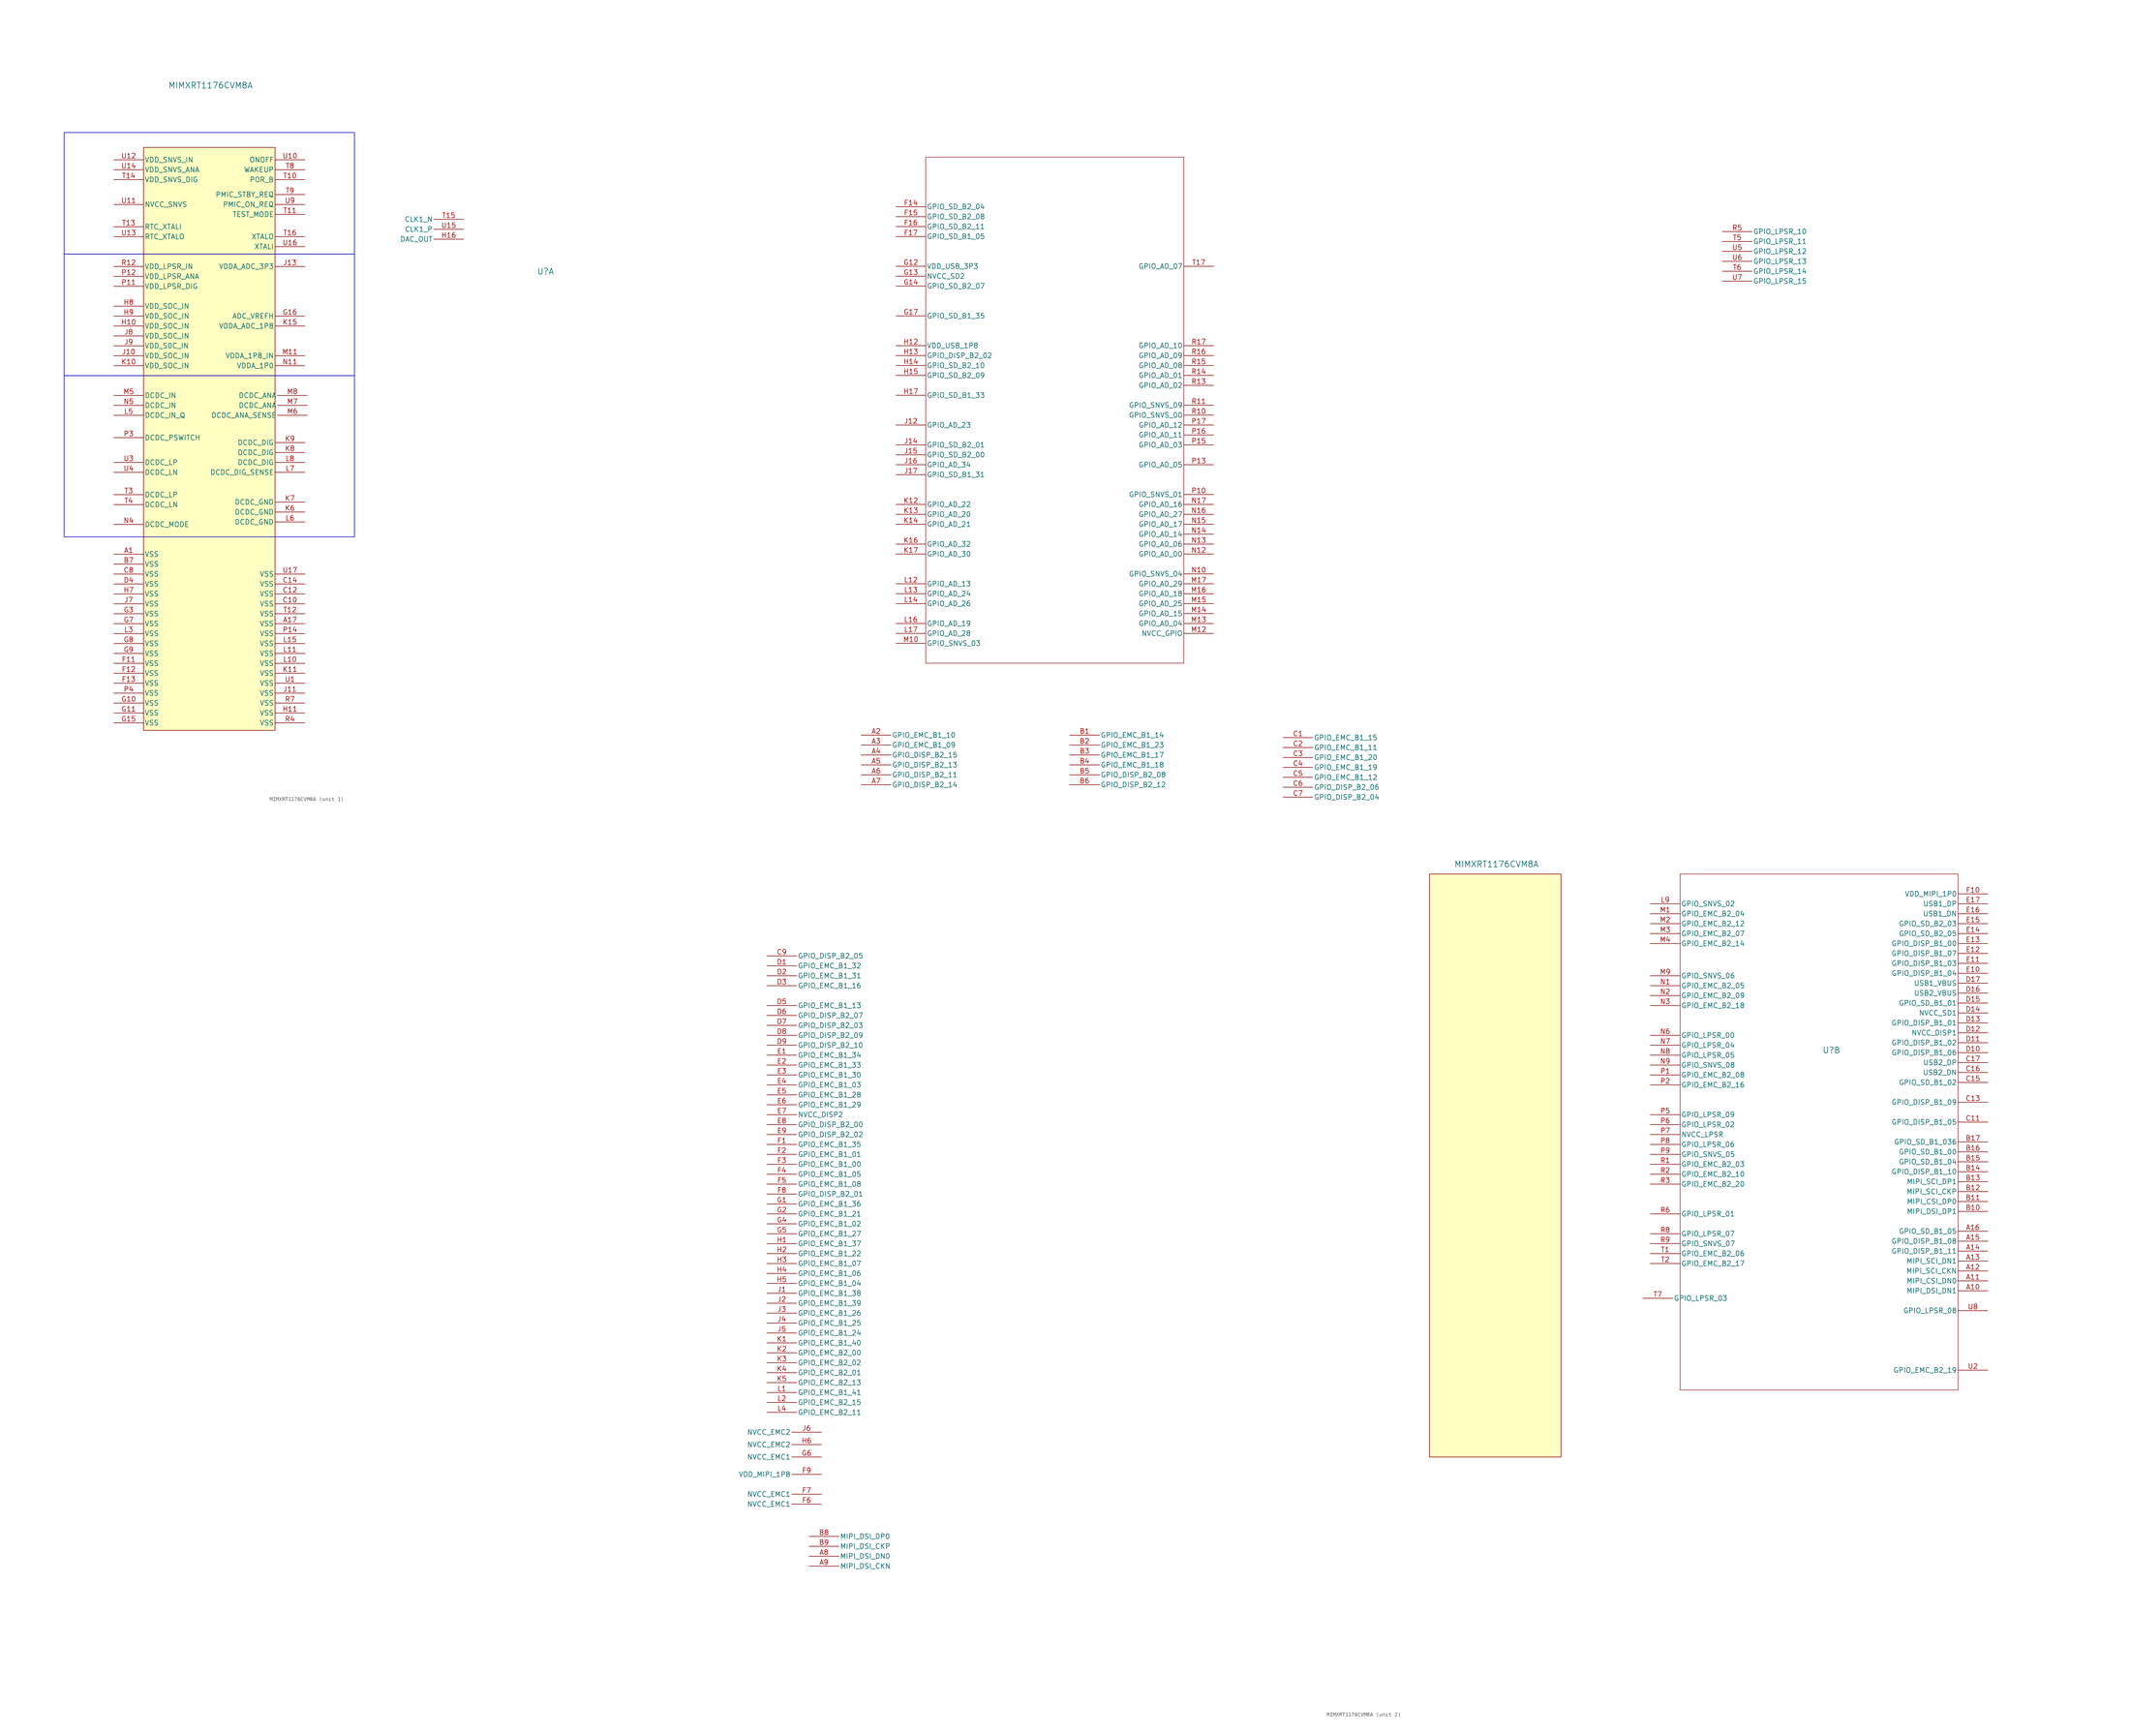
<source format=kicad_sym>
(kicad_symbol_lib
  (version 20231120)
  (generator "kicad_symbol_editor")
  (generator_version "8.0")
  (symbol "MIMXRT1176CVM8A"
    (pin_names
      (offset 0.254))
    (property "Reference" "U"
      (at 85.725 30.48 0)
      (effects (font (size 1.524 1.524))))
    (property "Value" "MIMXRT1176CVM8A"
      (at 0 78.105 0)
      (effects (font (size 1.524 1.524))))
    (property "ki_locked" ""
      (at 0 0 0)
      (effects (font (size 1.27 1.27))))
    (symbol "MIMXRT1176CVM8A_1_1"
      (unit_name "Power and Crystals")
      (rectangle (start -37.465 3.81) (end 36.83 -37.465) (stroke (width 0) (type default) (color 0 0 194 1)) (fill (type none)))
      (rectangle (start -37.465 34.925) (end 36.83 3.81) (stroke (width 0) (type default) (color 0 0 194 1)) (fill (type none)))
      (rectangle (start -37.465 66.04) (end 36.83 34.925) (stroke (width 0) (type default) (color 0 0 194 1)) (fill (type none)))
      (rectangle (start -17.145 62.23) (end 16.51 -86.995) (stroke (width 0) (type default)) (fill (type background)))
      (pin power_out line (at -24.765 -41.91 0) (length 7.62) (name "VSS" (effects (font (size 1.27 1.27)))) (number "A1" (effects (font (size 1.27 1.27)))))
      (pin power_out line (at 24.13 -59.69 180) (length 7.62) (name "VSS" (effects (font (size 1.27 1.27)))) (number "A17" (effects (font (size 1.27 1.27)))))
      (pin power_out line (at -24.765 -44.45 0) (length 7.62) (name "VSS" (effects (font (size 1.27 1.27)))) (number "B7" (effects (font (size 1.27 1.27)))))
      (pin power_out line (at 24.13 -54.61 180) (length 7.62) (name "VSS" (effects (font (size 1.27 1.27)))) (number "C10" (effects (font (size 1.27 1.27)))))
      (pin power_out line (at 24.13 -52.07 180) (length 7.62) (name "VSS" (effects (font (size 1.27 1.27)))) (number "C12" (effects (font (size 1.27 1.27)))))
      (pin power_out line (at 24.13 -49.53 180) (length 7.62) (name "VSS" (effects (font (size 1.27 1.27)))) (number "C14" (effects (font (size 1.27 1.27)))))
      (pin power_out line (at -24.765 -46.99 0) (length 7.62) (name "VSS" (effects (font (size 1.27 1.27)))) (number "C8" (effects (font (size 1.27 1.27)))))
      (pin power_out line (at -24.765 -49.53 0) (length 7.62) (name "VSS" (effects (font (size 1.27 1.27)))) (number "D4" (effects (font (size 1.27 1.27)))))
      (pin power_out line (at -24.765 -69.85 0) (length 7.62) (name "VSS" (effects (font (size 1.27 1.27)))) (number "F11" (effects (font (size 1.27 1.27)))))
      (pin power_out line (at -24.765 -72.39 0) (length 7.62) (name "VSS" (effects (font (size 1.27 1.27)))) (number "F12" (effects (font (size 1.27 1.27)))))
      (pin power_out line (at -24.765 -74.93 0) (length 7.62) (name "VSS" (effects (font (size 1.27 1.27)))) (number "F13" (effects (font (size 1.27 1.27)))))
      (pin power_out line (at -24.765 -80.01 0) (length 7.62) (name "VSS" (effects (font (size 1.27 1.27)))) (number "G10" (effects (font (size 1.27 1.27)))))
      (pin power_out line (at -24.765 -82.55 0) (length 7.62) (name "VSS" (effects (font (size 1.27 1.27)))) (number "G11" (effects (font (size 1.27 1.27)))))
      (pin power_out line (at -24.765 -85.09 0) (length 7.62) (name "VSS" (effects (font (size 1.27 1.27)))) (number "G15" (effects (font (size 1.27 1.27)))))
      (pin power_in line (at 24.13 19.05 180) (length 7.62) (name "ADC_VREFH" (effects (font (size 1.27 1.27)))) (number "G16" (effects (font (size 1.27 1.27)))))
      (pin power_out line (at -24.765 -57.15 0) (length 7.62) (name "VSS" (effects (font (size 1.27 1.27)))) (number "G3" (effects (font (size 1.27 1.27)))))
      (pin power_out line (at -24.765 -59.69 0) (length 7.62) (name "VSS" (effects (font (size 1.27 1.27)))) (number "G7" (effects (font (size 1.27 1.27)))))
      (pin power_out line (at -24.765 -64.77 0) (length 7.62) (name "VSS" (effects (font (size 1.27 1.27)))) (number "G8" (effects (font (size 1.27 1.27)))))
      (pin power_out line (at -24.765 -67.31 0) (length 7.62) (name "VSS" (effects (font (size 1.27 1.27)))) (number "G9" (effects (font (size 1.27 1.27)))))
      (pin power_in line (at -24.765 16.51 0) (length 7.62) (name "VDD_SOC_IN" (effects (font (size 1.27 1.27)))) (number "H10" (effects (font (size 1.27 1.27)))))
      (pin power_out line (at 24.13 -82.55 180) (length 7.62) (name "VSS" (effects (font (size 1.27 1.27)))) (number "H11" (effects (font (size 1.27 1.27)))))
      (pin output line (at 64.77 38.735 180) (length 7.62) (name "DAC_OUT" (effects (font (size 1.27 1.27)))) (number "H16" (effects (font (size 1.27 1.27)))))
      (pin power_out line (at -24.765 -52.07 0) (length 7.62) (name "VSS" (effects (font (size 1.27 1.27)))) (number "H7" (effects (font (size 1.27 1.27)))))
      (pin power_in line (at -24.765 21.59 0) (length 7.62) (name "VDD_SOC_IN" (effects (font (size 1.27 1.27)))) (number "H8" (effects (font (size 1.27 1.27)))))
      (pin power_in line (at -24.765 19.05 0) (length 7.62) (name "VDD_SOC_IN" (effects (font (size 1.27 1.27)))) (number "H9" (effects (font (size 1.27 1.27)))))
      (pin power_in line (at -24.765 8.89 0) (length 7.62) (name "VDD_SOC_IN" (effects (font (size 1.27 1.27)))) (number "J10" (effects (font (size 1.27 1.27)))))
      (pin power_out line (at 24.13 -77.47 180) (length 7.62) (name "VSS" (effects (font (size 1.27 1.27)))) (number "J11" (effects (font (size 1.27 1.27)))))
      (pin power_in line (at 24.13 31.75 180) (length 7.62) (name "VDDA_ADC_3P3" (effects (font (size 1.27 1.27)))) (number "J13" (effects (font (size 1.27 1.27)))))
      (pin power_out line (at -24.765 -54.61 0) (length 7.62) (name "VSS" (effects (font (size 1.27 1.27)))) (number "J7" (effects (font (size 1.27 1.27)))))
      (pin power_in line (at -24.765 13.97 0) (length 7.62) (name "VDD_SOC_IN" (effects (font (size 1.27 1.27)))) (number "J8" (effects (font (size 1.27 1.27)))))
      (pin power_in line (at -24.765 11.43 0) (length 7.62) (name "VDD_S0C_IN" (effects (font (size 1.27 1.27)))) (number "J9" (effects (font (size 1.27 1.27)))))
      (pin power_in line (at -24.765 6.35 0) (length 7.62) (name "VDD_SOC_IN" (effects (font (size 1.27 1.27)))) (number "K10" (effects (font (size 1.27 1.27)))))
      (pin power_out line (at 24.13 -72.39 180) (length 7.62) (name "VSS" (effects (font (size 1.27 1.27)))) (number "K11" (effects (font (size 1.27 1.27)))))
      (pin power_in line (at 24.13 16.51 180) (length 7.62) (name "VDDA_ADC_1P8" (effects (font (size 1.27 1.27)))) (number "K15" (effects (font (size 1.27 1.27)))))
      (pin power_out line (at 24.13 -31.115 180) (length 7.62) (name "DCDC_GND" (effects (font (size 1.27 1.27)))) (number "K6" (effects (font (size 1.27 1.27)))))
      (pin power_out line (at 24.13 -28.575 180) (length 7.62) (name "DCDC_GND" (effects (font (size 1.27 1.27)))) (number "K7" (effects (font (size 1.27 1.27)))))
      (pin unspecified line (at 24.13 -15.875 180) (length 7.62) (name "DCDC_DIG" (effects (font (size 1.27 1.27)))) (number "K8" (effects (font (size 1.27 1.27)))))
      (pin unspecified line (at 24.13 -13.335 180) (length 7.62) (name "DCDC_DIG" (effects (font (size 1.27 1.27)))) (number "K9" (effects (font (size 1.27 1.27)))))
      (pin power_out line (at 24.13 -69.85 180) (length 7.62) (name "VSS" (effects (font (size 1.27 1.27)))) (number "L10" (effects (font (size 1.27 1.27)))))
      (pin power_out line (at 24.13 -67.31 180) (length 7.62) (name "VSS" (effects (font (size 1.27 1.27)))) (number "L11" (effects (font (size 1.27 1.27)))))
      (pin power_out line (at 24.13 -64.77 180) (length 7.62) (name "VSS" (effects (font (size 1.27 1.27)))) (number "L15" (effects (font (size 1.27 1.27)))))
      (pin power_out line (at -24.765 -62.23 0) (length 7.62) (name "VSS" (effects (font (size 1.27 1.27)))) (number "L3" (effects (font (size 1.27 1.27)))))
      (pin unspecified line (at -24.765 -6.35 0) (length 7.62) (name "DCDC_IN_Q" (effects (font (size 1.27 1.27)))) (number "L5" (effects (font (size 1.27 1.27)))))
      (pin power_out line (at 24.13 -33.655 180) (length 7.62) (name "DCDC_GND" (effects (font (size 1.27 1.27)))) (number "L6" (effects (font (size 1.27 1.27)))))
      (pin unspecified line (at 24.13 -20.955 180) (length 7.62) (name "DCDC_DIG_SENSE" (effects (font (size 1.27 1.27)))) (number "L7" (effects (font (size 1.27 1.27)))))
      (pin unspecified line (at 24.13 -18.415 180) (length 7.62) (name "DCDC_DIG" (effects (font (size 1.27 1.27)))) (number "L8" (effects (font (size 1.27 1.27)))))
      (pin power_in line (at 24.13 8.89 180) (length 7.62) (name "VDDA_1P8_IN" (effects (font (size 1.27 1.27)))) (number "M11" (effects (font (size 1.27 1.27)))))
      (pin unspecified line (at -24.765 -1.27 0) (length 7.62) (name "DCDC_IN" (effects (font (size 1.27 1.27)))) (number "M5" (effects (font (size 1.27 1.27)))))
      (pin unspecified line (at 24.765 -6.35 180) (length 7.62) (name "DCDC_ANA_SENSE" (effects (font (size 1.27 1.27)))) (number "M6" (effects (font (size 1.27 1.27)))))
      (pin unspecified line (at 24.765 -3.81 180) (length 7.62) (name "DCDC_ANA" (effects (font (size 1.27 1.27)))) (number "M7" (effects (font (size 1.27 1.27)))))
      (pin unspecified line (at 24.765 -1.27 180) (length 7.62) (name "DCDC_ANA" (effects (font (size 1.27 1.27)))) (number "M8" (effects (font (size 1.27 1.27)))))
      (pin power_in line (at 24.13 6.35 180) (length 7.62) (name "VDDA_1P0" (effects (font (size 1.27 1.27)))) (number "N11" (effects (font (size 1.27 1.27)))))
      (pin unspecified line (at -24.765 -34.29 0) (length 7.62) (name "DCDC_MODE" (effects (font (size 1.27 1.27)))) (number "N4" (effects (font (size 1.27 1.27)))))
      (pin unspecified line (at -24.765 -3.81 0) (length 7.62) (name "DCDC_IN" (effects (font (size 1.27 1.27)))) (number "N5" (effects (font (size 1.27 1.27)))))
      (pin power_in line (at -24.765 26.67 0) (length 7.62) (name "VDD_LPSR_DIG" (effects (font (size 1.27 1.27)))) (number "P11" (effects (font (size 1.27 1.27)))))
      (pin power_in line (at -24.765 29.21 0) (length 7.62) (name "VDD_LPSR_ANA" (effects (font (size 1.27 1.27)))) (number "P12" (effects (font (size 1.27 1.27)))))
      (pin power_out line (at 24.13 -62.23 180) (length 7.62) (name "VSS" (effects (font (size 1.27 1.27)))) (number "P14" (effects (font (size 1.27 1.27)))))
      (pin unspecified line (at -24.765 -12.065 0) (length 7.62) (name "DCDC_PSWITCH" (effects (font (size 1.27 1.27)))) (number "P3" (effects (font (size 1.27 1.27)))))
      (pin power_out line (at -24.765 -77.47 0) (length 7.62) (name "VSS" (effects (font (size 1.27 1.27)))) (number "P4" (effects (font (size 1.27 1.27)))))
      (pin power_in line (at -24.765 31.75 0) (length 7.62) (name "VDD_LPSR_IN" (effects (font (size 1.27 1.27)))) (number "R12" (effects (font (size 1.27 1.27)))))
      (pin power_out line (at 24.13 -85.09 180) (length 7.62) (name "VSS" (effects (font (size 1.27 1.27)))) (number "R4" (effects (font (size 1.27 1.27)))))
      (pin power_out line (at 24.13 -80.01 180) (length 7.62) (name "VSS" (effects (font (size 1.27 1.27)))) (number "R7" (effects (font (size 1.27 1.27)))))
      (pin unspecified line (at 24.13 53.975 180) (length 7.62) (name "POR_B" (effects (font (size 1.27 1.27)))) (number "T10" (effects (font (size 1.27 1.27)))))
      (pin input line (at 24.13 45.085 180) (length 7.62) (name "TEST_MODE" (effects (font (size 1.27 1.27)))) (number "T11" (effects (font (size 1.27 1.27)))))
      (pin power_out line (at 24.13 -57.15 180) (length 7.62) (name "VSS" (effects (font (size 1.27 1.27)))) (number "T12" (effects (font (size 1.27 1.27)))))
      (pin unspecified line (at -24.765 41.91 0) (length 7.62) (name "RTC_XTALI" (effects (font (size 1.27 1.27)))) (number "T13" (effects (font (size 1.27 1.27)))))
      (pin power_in line (at -24.765 53.975 0) (length 7.62) (name "VDD_SNVS_DIG" (effects (font (size 1.27 1.27)))) (number "T14" (effects (font (size 1.27 1.27)))))
      (pin input line (at 64.77 43.815 180) (length 7.62) (name "CLK1_N" (effects (font (size 1.27 1.27)))) (number "T15" (effects (font (size 1.27 1.27)))))
      (pin unspecified line (at 24.13 39.37 180) (length 7.62) (name "XTALO" (effects (font (size 1.27 1.27)))) (number "T16" (effects (font (size 1.27 1.27)))))
      (pin unspecified line (at -24.765 -26.67 0) (length 7.62) (name "DCDC_LP" (effects (font (size 1.27 1.27)))) (number "T3" (effects (font (size 1.27 1.27)))))
      (pin unspecified line (at -24.765 -29.21 0) (length 7.62) (name "DCDC_LN" (effects (font (size 1.27 1.27)))) (number "T4" (effects (font (size 1.27 1.27)))))
      (pin input line (at 24.13 56.515 180) (length 7.62) (name "WAKEUP" (effects (font (size 1.27 1.27)))) (number "T8" (effects (font (size 1.27 1.27)))))
      (pin output line (at 24.13 50.165 180) (length 7.62) (name "PMIC_STBY_REQ" (effects (font (size 1.27 1.27)))) (number "T9" (effects (font (size 1.27 1.27)))))
      (pin power_out line (at 24.13 -74.93 180) (length 7.62) (name "VSS" (effects (font (size 1.27 1.27)))) (number "U1" (effects (font (size 1.27 1.27)))))
      (pin input line (at 24.13 59.055 180) (length 7.62) (name "ONOFF" (effects (font (size 1.27 1.27)))) (number "U10" (effects (font (size 1.27 1.27)))))
      (pin power_in line (at -24.765 47.625 0) (length 7.62) (name "NVCC_SNVS" (effects (font (size 1.27 1.27)))) (number "U11" (effects (font (size 1.27 1.27)))))
      (pin power_in line (at -24.765 59.055 0) (length 7.62) (name "VDD_SNVS_IN" (effects (font (size 1.27 1.27)))) (number "U12" (effects (font (size 1.27 1.27)))))
      (pin unspecified line (at -24.765 39.37 0) (length 7.62) (name "RTC_XTALO" (effects (font (size 1.27 1.27)))) (number "U13" (effects (font (size 1.27 1.27)))))
      (pin power_in line (at -24.765 56.515 0) (length 7.62) (name "VDD_SNVS_ANA" (effects (font (size 1.27 1.27)))) (number "U14" (effects (font (size 1.27 1.27)))))
      (pin input line (at 64.77 41.275 180) (length 7.62) (name "CLK1_P" (effects (font (size 1.27 1.27)))) (number "U15" (effects (font (size 1.27 1.27)))))
      (pin unspecified line (at 24.13 36.83 180) (length 7.62) (name "XTALI" (effects (font (size 1.27 1.27)))) (number "U16" (effects (font (size 1.27 1.27)))))
      (pin power_out line (at 24.13 -46.99 180) (length 7.62) (name "VSS" (effects (font (size 1.27 1.27)))) (number "U17" (effects (font (size 1.27 1.27)))))
      (pin unspecified line (at -24.765 -18.415 0) (length 7.62) (name "DCDC_LP" (effects (font (size 1.27 1.27)))) (number "U3" (effects (font (size 1.27 1.27)))))
      (pin unspecified line (at -24.765 -20.955 0) (length 7.62) (name "DCDC_LN" (effects (font (size 1.27 1.27)))) (number "U4" (effects (font (size 1.27 1.27)))))
      (pin output line (at 24.13 47.625 180) (length 7.62) (name "PMIC_ON_REQ" (effects (font (size 1.27 1.27)))) (number "U9" (effects (font (size 1.27 1.27))))))
    (symbol "MIMXRT1176CVM8A_2_1"
      (unit_name "JTAG and Memories")
      (rectangle (start -17.145 75.565) (end 16.51 -73.66) (stroke (width 0) (type default)) (fill (type background)))
      (polyline (pts (xy -146.05 129.54) (xy -80.01 129.54)) (stroke (width 0.127) (type default)) (fill (type none)))
      (polyline (pts (xy -146.05 259.08) (xy -146.05 129.54)) (stroke (width 0.127) (type default)) (fill (type none)))
      (polyline (pts (xy -80.01 129.54) (xy -80.01 259.08)) (stroke (width 0.127) (type default)) (fill (type none)))
      (polyline (pts (xy -80.01 259.08) (xy -146.05 259.08)) (stroke (width 0.127) (type default)) (fill (type none)))
      (polyline (pts (xy 46.99 -56.515) (xy 118.11 -56.515)) (stroke (width 0.127) (type default)) (fill (type none)))
      (polyline (pts (xy 46.99 75.565) (xy 46.99 -56.515)) (stroke (width 0.127) (type default)) (fill (type none)))
      (polyline (pts (xy 118.11 -56.515) (xy 118.11 75.565)) (stroke (width 0.127) (type default)) (fill (type none)))
      (polyline (pts (xy 118.11 75.565) (xy 46.99 75.565)) (stroke (width 0.127) (type default)) (fill (type none)))
      (pin unspecified line (at 125.73 -31.115 180) (length 7.62) (name "MIPI_DSI_DN1" (effects (font (size 1.27 1.27)))) (number "A10" (effects (font (size 1.27 1.27)))))
      (pin unspecified line (at 125.73 -28.575 180) (length 7.62) (name "MIPI_CSI_DN0" (effects (font (size 1.27 1.27)))) (number "A11" (effects (font (size 1.27 1.27)))))
      (pin unspecified line (at 125.73 -26.035 180) (length 7.62) (name "MIPI_SCI_CKN" (effects (font (size 1.27 1.27)))) (number "A12" (effects (font (size 1.27 1.27)))))
      (pin unspecified line (at 125.73 -23.495 180) (length 7.62) (name "MIPI_SCI_DN1" (effects (font (size 1.27 1.27)))) (number "A13" (effects (font (size 1.27 1.27)))))
      (pin input line (at 125.73 -20.955 180) (length 7.62) (name "GPIO_DISP_B1_11" (effects (font (size 1.27 1.27)))) (number "A14" (effects (font (size 1.27 1.27)))))
      (pin input line (at 125.73 -18.415 180) (length 7.62) (name "GPIO_DISP_B1_08" (effects (font (size 1.27 1.27)))) (number "A15" (effects (font (size 1.27 1.27)))))
      (pin input line (at 125.73 -15.875 180) (length 7.62) (name "GPIO_SD_B1_05" (effects (font (size 1.27 1.27)))) (number "A16" (effects (font (size 1.27 1.27)))))
      (pin input line (at -162.56 111.125 0) (length 7.62) (name "GPIO_EMC_B1_10" (effects (font (size 1.27 1.27)))) (number "A2" (effects (font (size 1.27 1.27)))))
      (pin input line (at -162.56 108.585 0) (length 7.62) (name "GPIO_EMC_B1_09" (effects (font (size 1.27 1.27)))) (number "A3" (effects (font (size 1.27 1.27)))))
      (pin input line (at -162.56 106.045 0) (length 7.62) (name "GPIO_DISP_B2_15" (effects (font (size 1.27 1.27)))) (number "A4" (effects (font (size 1.27 1.27)))))
      (pin input line (at -162.56 103.505 0) (length 7.62) (name "GPIO_DISP_B2_13" (effects (font (size 1.27 1.27)))) (number "A5" (effects (font (size 1.27 1.27)))))
      (pin input line (at -162.56 100.965 0) (length 7.62) (name "GPIO_DISP_B2_11" (effects (font (size 1.27 1.27)))) (number "A6" (effects (font (size 1.27 1.27)))))
      (pin input line (at -162.56 98.425 0) (length 7.62) (name "GPIO_DISP_B2_14" (effects (font (size 1.27 1.27)))) (number "A7" (effects (font (size 1.27 1.27)))))
      (pin input line (at -175.895 -99.06 0) (length 7.62) (name "MIPI_DSI_DN0" (effects (font (size 1.27 1.27)))) (number "A8" (effects (font (size 1.27 1.27)))))
      (pin unspecified line (at -175.895 -101.6 0) (length 7.62) (name "MIPI_DSI_CKN" (effects (font (size 1.27 1.27)))) (number "A9" (effects (font (size 1.27 1.27)))))
      (pin input line (at -109.22 111.125 0) (length 7.62) (name "GPIO_EMC_B1_14" (effects (font (size 1.27 1.27)))) (number "B1" (effects (font (size 1.27 1.27)))))
      (pin unspecified line (at 125.73 -10.795 180) (length 7.62) (name "MIPI_DSI_DP1" (effects (font (size 1.27 1.27)))) (number "B10" (effects (font (size 1.27 1.27)))))
      (pin unspecified line (at 125.73 -8.255 180) (length 7.62) (name "MIPI_CSI_DP0" (effects (font (size 1.27 1.27)))) (number "B11" (effects (font (size 1.27 1.27)))))
      (pin unspecified line (at 125.73 -5.715 180) (length 7.62) (name "MIPI_SCI_CKP" (effects (font (size 1.27 1.27)))) (number "B12" (effects (font (size 1.27 1.27)))))
      (pin unspecified line (at 125.73 -3.175 180) (length 7.62) (name "MIPI_SCI_DP1" (effects (font (size 1.27 1.27)))) (number "B13" (effects (font (size 1.27 1.27)))))
      (pin input line (at 125.73 -0.635 180) (length 7.62) (name "GPIO_DISP_B1_10" (effects (font (size 1.27 1.27)))) (number "B14" (effects (font (size 1.27 1.27)))))
      (pin input line (at 125.73 1.905 180) (length 7.62) (name "GPIO_SD_B1_04" (effects (font (size 1.27 1.27)))) (number "B15" (effects (font (size 1.27 1.27)))))
      (pin input line (at 125.73 4.445 180) (length 7.62) (name "GPIO_SD_B1_00" (effects (font (size 1.27 1.27)))) (number "B16" (effects (font (size 1.27 1.27)))))
      (pin input line (at 125.73 6.985 180) (length 7.62) (name "GPIO_SD_B1_036" (effects (font (size 1.27 1.27)))) (number "B17" (effects (font (size 1.27 1.27)))))
      (pin input line (at -109.22 108.585 0) (length 7.62) (name "GPIO_EMC_B1_23" (effects (font (size 1.27 1.27)))) (number "B2" (effects (font (size 1.27 1.27)))))
      (pin input line (at -109.22 106.045 0) (length 7.62) (name "GPIO_EMC_B1_17" (effects (font (size 1.27 1.27)))) (number "B3" (effects (font (size 1.27 1.27)))))
      (pin input line (at -109.22 103.505 0) (length 7.62) (name "GPIO_EMC_B1_18" (effects (font (size 1.27 1.27)))) (number "B4" (effects (font (size 1.27 1.27)))))
      (pin input line (at -109.22 100.965 0) (length 7.62) (name "GPIO_DISP_B2_08" (effects (font (size 1.27 1.27)))) (number "B5" (effects (font (size 1.27 1.27)))))
      (pin input line (at -109.22 98.425 0) (length 7.62) (name "GPIO_DISP_B2_12" (effects (font (size 1.27 1.27)))) (number "B6" (effects (font (size 1.27 1.27)))))
      (pin input line (at -175.895 -93.98 0) (length 7.62) (name "MIPI_DSI_DP0" (effects (font (size 1.27 1.27)))) (number "B8" (effects (font (size 1.27 1.27)))))
      (pin unspecified line (at -175.895 -96.52 0) (length 7.62) (name "MIPI_DSI_CKP" (effects (font (size 1.27 1.27)))) (number "B9" (effects (font (size 1.27 1.27)))))
      (pin input line (at -54.61 110.49 0) (length 7.62) (name "GPIO_EMC_B1_15" (effects (font (size 1.27 1.27)))) (number "C1" (effects (font (size 1.27 1.27)))))
      (pin input line (at 125.73 12.065 180) (length 7.62) (name "GPIO_DISP_B1_05" (effects (font (size 1.27 1.27)))) (number "C11" (effects (font (size 1.27 1.27)))))
      (pin input line (at 125.73 17.145 180) (length 7.62) (name "GPIO_DISP_B1_09" (effects (font (size 1.27 1.27)))) (number "C13" (effects (font (size 1.27 1.27)))))
      (pin input line (at 125.73 22.225 180) (length 7.62) (name "GPIO_SD_B1_02" (effects (font (size 1.27 1.27)))) (number "C15" (effects (font (size 1.27 1.27)))))
      (pin input line (at 125.73 24.765 180) (length 7.62) (name "USB2_DN" (effects (font (size 1.27 1.27)))) (number "C16" (effects (font (size 1.27 1.27)))))
      (pin input line (at 125.73 27.305 180) (length 7.62) (name "USB2_DP" (effects (font (size 1.27 1.27)))) (number "C17" (effects (font (size 1.27 1.27)))))
      (pin input line (at -54.61 107.95 0) (length 7.62) (name "GPIO_EMC_B1_11" (effects (font (size 1.27 1.27)))) (number "C2" (effects (font (size 1.27 1.27)))))
      (pin input line (at -54.61 105.41 0) (length 7.62) (name "GPIO_EMC_B1_20" (effects (font (size 1.27 1.27)))) (number "C3" (effects (font (size 1.27 1.27)))))
      (pin input line (at -54.61 102.87 0) (length 7.62) (name "GPIO_EMC_B1_19" (effects (font (size 1.27 1.27)))) (number "C4" (effects (font (size 1.27 1.27)))))
      (pin input line (at -54.61 100.33 0) (length 7.62) (name "GPIO_EMC_B1_12" (effects (font (size 1.27 1.27)))) (number "C5" (effects (font (size 1.27 1.27)))))
      (pin input line (at -54.61 97.79 0) (length 7.62) (name "GPIO_DISP_B2_06" (effects (font (size 1.27 1.27)))) (number "C6" (effects (font (size 1.27 1.27)))))
      (pin input line (at -54.61 95.25 0) (length 7.62) (name "GPIO_DISP_B2_04" (effects (font (size 1.27 1.27)))) (number "C7" (effects (font (size 1.27 1.27)))))
      (pin input line (at -186.69 54.61 0) (length 7.62) (name "GPIO_DISP_B2_05" (effects (font (size 1.27 1.27)))) (number "C9" (effects (font (size 1.27 1.27)))))
      (pin input line (at -186.69 52.07 0) (length 7.62) (name "GPIO_EMC_B1_32" (effects (font (size 1.27 1.27)))) (number "D1" (effects (font (size 1.27 1.27)))))
      (pin input line (at 125.73 29.845 180) (length 7.62) (name "GPIO_DISP_B1_06" (effects (font (size 1.27 1.27)))) (number "D10" (effects (font (size 1.27 1.27)))))
      (pin input line (at 125.73 32.385 180) (length 7.62) (name "GPIO_DISP_B1_02" (effects (font (size 1.27 1.27)))) (number "D11" (effects (font (size 1.27 1.27)))))
      (pin input line (at 125.73 34.925 180) (length 7.62) (name "NVCC_DISP1" (effects (font (size 1.27 1.27)))) (number "D12" (effects (font (size 1.27 1.27)))))
      (pin input line (at 125.73 37.465 180) (length 7.62) (name "GPIO_DISP_B1_01" (effects (font (size 1.27 1.27)))) (number "D13" (effects (font (size 1.27 1.27)))))
      (pin input line (at 125.73 40.005 180) (length 7.62) (name "NVCC_SD1" (effects (font (size 1.27 1.27)))) (number "D14" (effects (font (size 1.27 1.27)))))
      (pin input line (at 125.73 42.545 180) (length 7.62) (name "GPIO_SD_B1_01" (effects (font (size 1.27 1.27)))) (number "D15" (effects (font (size 1.27 1.27)))))
      (pin input line (at 125.73 45.085 180) (length 7.62) (name "USB2_VBUS" (effects (font (size 1.27 1.27)))) (number "D16" (effects (font (size 1.27 1.27)))))
      (pin input line (at 125.73 47.625 180) (length 7.62) (name "USB1_VBUS" (effects (font (size 1.27 1.27)))) (number "D17" (effects (font (size 1.27 1.27)))))
      (pin input line (at -186.69 49.53 0) (length 7.62) (name "GPIO_EMC_B1_31" (effects (font (size 1.27 1.27)))) (number "D2" (effects (font (size 1.27 1.27)))))
      (pin input line (at -186.69 46.99 0) (length 7.62) (name "GPIO_EMC_B1_16" (effects (font (size 1.27 1.27)))) (number "D3" (effects (font (size 1.27 1.27)))))
      (pin input line (at -186.69 41.91 0) (length 7.62) (name "GPIO_EMC_B1_13" (effects (font (size 1.27 1.27)))) (number "D5" (effects (font (size 1.27 1.27)))))
      (pin input line (at -186.69 39.37 0) (length 7.62) (name "GPIO_DISP_B2_07" (effects (font (size 1.27 1.27)))) (number "D6" (effects (font (size 1.27 1.27)))))
      (pin input line (at -186.69 36.83 0) (length 7.62) (name "GPIO_DISP_B2_03" (effects (font (size 1.27 1.27)))) (number "D7" (effects (font (size 1.27 1.27)))))
      (pin input line (at -186.69 34.29 0) (length 7.62) (name "GPIO_DISP_B2_09" (effects (font (size 1.27 1.27)))) (number "D8" (effects (font (size 1.27 1.27)))))
      (pin input line (at -186.69 31.75 0) (length 7.62) (name "GPIO_DISP_B2_10" (effects (font (size 1.27 1.27)))) (number "D9" (effects (font (size 1.27 1.27)))))
      (pin input line (at -186.69 29.21 0) (length 7.62) (name "GPIO_EMC_B1_34" (effects (font (size 1.27 1.27)))) (number "E1" (effects (font (size 1.27 1.27)))))
      (pin input line (at 125.73 50.165 180) (length 7.62) (name "GPIO_DISP_B1_04" (effects (font (size 1.27 1.27)))) (number "E10" (effects (font (size 1.27 1.27)))))
      (pin input line (at 125.73 52.705 180) (length 7.62) (name "GPIO_DISP_B1_03" (effects (font (size 1.27 1.27)))) (number "E11" (effects (font (size 1.27 1.27)))))
      (pin input line (at 125.73 55.245 180) (length 7.62) (name "GPIO_DISP_B1_07" (effects (font (size 1.27 1.27)))) (number "E12" (effects (font (size 1.27 1.27)))))
      (pin input line (at 125.73 57.785 180) (length 7.62) (name "GPIO_DISP_B1_00" (effects (font (size 1.27 1.27)))) (number "E13" (effects (font (size 1.27 1.27)))))
      (pin input line (at 125.73 60.325 180) (length 7.62) (name "GPIO_SD_B2_05" (effects (font (size 1.27 1.27)))) (number "E14" (effects (font (size 1.27 1.27)))))
      (pin input line (at 125.73 62.865 180) (length 7.62) (name "GPIO_SD_B2_03" (effects (font (size 1.27 1.27)))) (number "E15" (effects (font (size 1.27 1.27)))))
      (pin input line (at 125.73 65.405 180) (length 7.62) (name "USB1_DN" (effects (font (size 1.27 1.27)))) (number "E16" (effects (font (size 1.27 1.27)))))
      (pin input line (at 125.73 67.945 180) (length 7.62) (name "USB1_DP" (effects (font (size 1.27 1.27)))) (number "E17" (effects (font (size 1.27 1.27)))))
      (pin input line (at -186.69 26.67 0) (length 7.62) (name "GPIO_EMC_B1_33" (effects (font (size 1.27 1.27)))) (number "E2" (effects (font (size 1.27 1.27)))))
      (pin input line (at -186.69 24.13 0) (length 7.62) (name "GPIO_EMC_B1_30" (effects (font (size 1.27 1.27)))) (number "E3" (effects (font (size 1.27 1.27)))))
      (pin input line (at -186.69 21.59 0) (length 7.62) (name "GPIO_EMC_B1_03" (effects (font (size 1.27 1.27)))) (number "E4" (effects (font (size 1.27 1.27)))))
      (pin input line (at -186.69 19.05 0) (length 7.62) (name "GPIO_EMC_B1_28" (effects (font (size 1.27 1.27)))) (number "E5" (effects (font (size 1.27 1.27)))))
      (pin input line (at -186.69 16.51 0) (length 7.62) (name "GPIO_EMC_B1_29" (effects (font (size 1.27 1.27)))) (number "E6" (effects (font (size 1.27 1.27)))))
      (pin power_in line (at -186.69 13.97 0) (length 7.62) (name "NVCC_DISP2" (effects (font (size 1.27 1.27)))) (number "E7" (effects (font (size 1.27 1.27)))))
      (pin input line (at -186.69 11.43 0) (length 7.62) (name "GPIO_DISP_B2_00" (effects (font (size 1.27 1.27)))) (number "E8" (effects (font (size 1.27 1.27)))))
      (pin input line (at -186.69 8.89 0) (length 7.62) (name "GPIO_DISP_B2_02" (effects (font (size 1.27 1.27)))) (number "E9" (effects (font (size 1.27 1.27)))))
      (pin input line (at -186.69 6.35 0) (length 7.62) (name "GPIO_EMC_B1_35" (effects (font (size 1.27 1.27)))) (number "F1" (effects (font (size 1.27 1.27)))))
      (pin power_in line (at 125.73 70.485 180) (length 7.62) (name "VDD_MIPI_1P0" (effects (font (size 1.27 1.27)))) (number "F10" (effects (font (size 1.27 1.27)))))
      (pin input line (at -153.67 246.38 0) (length 7.62) (name "GPIO_SD_B2_04" (effects (font (size 1.27 1.27)))) (number "F14" (effects (font (size 1.27 1.27)))))
      (pin input line (at -153.67 243.84 0) (length 7.62) (name "GPIO_SD_B2_08" (effects (font (size 1.27 1.27)))) (number "F15" (effects (font (size 1.27 1.27)))))
      (pin input line (at -153.67 241.3 0) (length 7.62) (name "GPIO_SD_B2_11" (effects (font (size 1.27 1.27)))) (number "F16" (effects (font (size 1.27 1.27)))))
      (pin input line (at -153.67 238.76 0) (length 7.62) (name "GPIO_SD_B1_05" (effects (font (size 1.27 1.27)))) (number "F17" (effects (font (size 1.27 1.27)))))
      (pin input line (at -186.69 3.81 0) (length 7.62) (name "GPIO_EMC_B1_01" (effects (font (size 1.27 1.27)))) (number "F2" (effects (font (size 1.27 1.27)))))
      (pin input line (at -186.69 1.27 0) (length 7.62) (name "GPIO_EMC_B1_00" (effects (font (size 1.27 1.27)))) (number "F3" (effects (font (size 1.27 1.27)))))
      (pin input line (at -186.69 -1.27 0) (length 7.62) (name "GPIO_EMC_B1_05" (effects (font (size 1.27 1.27)))) (number "F4" (effects (font (size 1.27 1.27)))))
      (pin input line (at -186.69 -3.81 0) (length 7.62) (name "GPIO_EMC_B1_08" (effects (font (size 1.27 1.27)))) (number "F5" (effects (font (size 1.27 1.27)))))
      (pin power_in line (at -172.72 -85.725 180) (length 7.62) (name "NVCC_EMC1" (effects (font (size 1.27 1.27)))) (number "F6" (effects (font (size 1.27 1.27)))))
      (pin power_in line (at -172.72 -83.185 180) (length 7.62) (name "NVCC_EMC1" (effects (font (size 1.27 1.27)))) (number "F7" (effects (font (size 1.27 1.27)))))
      (pin input line (at -186.69 -6.35 0) (length 7.62) (name "GPIO_DISP_B2_01" (effects (font (size 1.27 1.27)))) (number "F8" (effects (font (size 1.27 1.27)))))
      (pin power_in line (at -172.72 -78.105 180) (length 7.62) (name "VDD_MIPI_1P8" (effects (font (size 1.27 1.27)))) (number "F9" (effects (font (size 1.27 1.27)))))
      (pin input line (at -186.69 -8.89 0) (length 7.62) (name "GPIO_EMC_B1_36" (effects (font (size 1.27 1.27)))) (number "G1" (effects (font (size 1.27 1.27)))))
      (pin power_in line (at -153.67 231.14 0) (length 7.62) (name "VDD_USB_3P3" (effects (font (size 1.27 1.27)))) (number "G12" (effects (font (size 1.27 1.27)))))
      (pin input line (at -153.67 228.6 0) (length 7.62) (name "NVCC_SD2" (effects (font (size 1.27 1.27)))) (number "G13" (effects (font (size 1.27 1.27)))))
      (pin input line (at -153.67 226.06 0) (length 7.62) (name "GPIO_SD_B2_07" (effects (font (size 1.27 1.27)))) (number "G14" (effects (font (size 1.27 1.27)))))
      (pin input line (at -153.67 218.44 0) (length 7.62) (name "GPIO_SD_B1_35" (effects (font (size 1.27 1.27)))) (number "G17" (effects (font (size 1.27 1.27)))))
      (pin input line (at -186.69 -11.43 0) (length 7.62) (name "GPIO_EMC_B1_21" (effects (font (size 1.27 1.27)))) (number "G2" (effects (font (size 1.27 1.27)))))
      (pin input line (at -186.69 -13.97 0) (length 7.62) (name "GPIO_EMC_B1_02" (effects (font (size 1.27 1.27)))) (number "G4" (effects (font (size 1.27 1.27)))))
      (pin input line (at -186.69 -16.51 0) (length 7.62) (name "GPIO_EMC_B1_27" (effects (font (size 1.27 1.27)))) (number "G5" (effects (font (size 1.27 1.27)))))
      (pin power_in line (at -172.72 -73.66 180) (length 7.62) (name "NVCC_EMC1" (effects (font (size 1.27 1.27)))) (number "G6" (effects (font (size 1.27 1.27)))))
      (pin input line (at -186.69 -19.05 0) (length 7.62) (name "GPIO_EMC_B1_37" (effects (font (size 1.27 1.27)))) (number "H1" (effects (font (size 1.27 1.27)))))
      (pin power_in line (at -153.67 210.82 0) (length 7.62) (name "VDD_USB_1P8" (effects (font (size 1.27 1.27)))) (number "H12" (effects (font (size 1.27 1.27)))))
      (pin input line (at -153.67 208.28 0) (length 7.62) (name "GPIO_DISP_B2_02" (effects (font (size 1.27 1.27)))) (number "H13" (effects (font (size 1.27 1.27)))))
      (pin input line (at -153.67 205.74 0) (length 7.62) (name "GPIO_SD_B2_10" (effects (font (size 1.27 1.27)))) (number "H14" (effects (font (size 1.27 1.27)))))
      (pin input line (at -153.67 203.2 0) (length 7.62) (name "GPIO_SD_B2_09" (effects (font (size 1.27 1.27)))) (number "H15" (effects (font (size 1.27 1.27)))))
      (pin input line (at -153.67 198.12 0) (length 7.62) (name "GPIO_SD_B1_33" (effects (font (size 1.27 1.27)))) (number "H17" (effects (font (size 1.27 1.27)))))
      (pin input line (at -186.69 -21.59 0) (length 7.62) (name "GPIO_EMC_B1_22" (effects (font (size 1.27 1.27)))) (number "H2" (effects (font (size 1.27 1.27)))))
      (pin input line (at -186.69 -24.13 0) (length 7.62) (name "GPIO_EMC_B1_07" (effects (font (size 1.27 1.27)))) (number "H3" (effects (font (size 1.27 1.27)))))
      (pin input line (at -186.69 -26.67 0) (length 7.62) (name "GPIO_EMC_B1_06" (effects (font (size 1.27 1.27)))) (number "H4" (effects (font (size 1.27 1.27)))))
      (pin input line (at -186.69 -29.21 0) (length 7.62) (name "GPIO_EMC_B1_04" (effects (font (size 1.27 1.27)))) (number "H5" (effects (font (size 1.27 1.27)))))
      (pin power_in line (at -172.72 -70.485 180) (length 7.62) (name "NVCC_EMC2" (effects (font (size 1.27 1.27)))) (number "H6" (effects (font (size 1.27 1.27)))))
      (pin input line (at -186.69 -31.75 0) (length 7.62) (name "GPIO_EMC_B1_38" (effects (font (size 1.27 1.27)))) (number "J1" (effects (font (size 1.27 1.27)))))
      (pin input line (at -153.67 190.5 0) (length 7.62) (name "GPIO_AD_23" (effects (font (size 1.27 1.27)))) (number "J12" (effects (font (size 1.27 1.27)))))
      (pin input line (at -153.67 185.42 0) (length 7.62) (name "GPIO_SD_B2_01" (effects (font (size 1.27 1.27)))) (number "J14" (effects (font (size 1.27 1.27)))))
      (pin input line (at -153.67 182.88 0) (length 7.62) (name "GPIO_SD_B2_00" (effects (font (size 1.27 1.27)))) (number "J15" (effects (font (size 1.27 1.27)))))
      (pin input line (at -153.67 180.34 0) (length 7.62) (name "GPIO_AD_34" (effects (font (size 1.27 1.27)))) (number "J16" (effects (font (size 1.27 1.27)))))
      (pin input line (at -153.67 177.8 0) (length 7.62) (name "GPIO_SD_B1_31" (effects (font (size 1.27 1.27)))) (number "J17" (effects (font (size 1.27 1.27)))))
      (pin input line (at -186.69 -34.29 0) (length 7.62) (name "GPIO_EMC_B1_39" (effects (font (size 1.27 1.27)))) (number "J2" (effects (font (size 1.27 1.27)))))
      (pin input line (at -186.69 -36.83 0) (length 7.62) (name "GPIO_EMC_B1_26" (effects (font (size 1.27 1.27)))) (number "J3" (effects (font (size 1.27 1.27)))))
      (pin input line (at -186.69 -39.37 0) (length 7.62) (name "GPIO_EMC_B1_25" (effects (font (size 1.27 1.27)))) (number "J4" (effects (font (size 1.27 1.27)))))
      (pin input line (at -186.69 -41.91 0) (length 7.62) (name "GPIO_EMC_B1_24" (effects (font (size 1.27 1.27)))) (number "J5" (effects (font (size 1.27 1.27)))))
      (pin power_in line (at -172.72 -67.31 180) (length 7.62) (name "NVCC_EMC2" (effects (font (size 1.27 1.27)))) (number "J6" (effects (font (size 1.27 1.27)))))
      (pin input line (at -186.69 -44.45 0) (length 7.62) (name "GPIO_EMC_B1_40" (effects (font (size 1.27 1.27)))) (number "K1" (effects (font (size 1.27 1.27)))))
      (pin input line (at -153.67 170.18 0) (length 7.62) (name "GPIO_AD_22" (effects (font (size 1.27 1.27)))) (number "K12" (effects (font (size 1.27 1.27)))))
      (pin input line (at -153.67 167.64 0) (length 7.62) (name "GPIO_AD_20" (effects (font (size 1.27 1.27)))) (number "K13" (effects (font (size 1.27 1.27)))))
      (pin input line (at -153.67 165.1 0) (length 7.62) (name "GPIO_AD_21" (effects (font (size 1.27 1.27)))) (number "K14" (effects (font (size 1.27 1.27)))))
      (pin input line (at -153.67 160.02 0) (length 7.62) (name "GPIO_AD_32" (effects (font (size 1.27 1.27)))) (number "K16" (effects (font (size 1.27 1.27)))))
      (pin input line (at -153.67 157.48 0) (length 7.62) (name "GPIO_AD_30" (effects (font (size 1.27 1.27)))) (number "K17" (effects (font (size 1.27 1.27)))))
      (pin input line (at -186.69 -46.99 0) (length 7.62) (name "GPIO_EMC_B2_00" (effects (font (size 1.27 1.27)))) (number "K2" (effects (font (size 1.27 1.27)))))
      (pin input line (at -186.69 -49.53 0) (length 7.62) (name "GPIO_EMC_B2_02" (effects (font (size 1.27 1.27)))) (number "K3" (effects (font (size 1.27 1.27)))))
      (pin input line (at -186.69 -52.07 0) (length 7.62) (name "GPIO_EMC_B2_01" (effects (font (size 1.27 1.27)))) (number "K4" (effects (font (size 1.27 1.27)))))
      (pin input line (at -186.69 -54.61 0) (length 7.62) (name "GPIO_EMC_B2_13" (effects (font (size 1.27 1.27)))) (number "K5" (effects (font (size 1.27 1.27)))))
      (pin input line (at -186.69 -57.15 0) (length 7.62) (name "GPIO_EMC_B1_41" (effects (font (size 1.27 1.27)))) (number "L1" (effects (font (size 1.27 1.27)))))
      (pin input line (at -153.67 149.86 0) (length 7.62) (name "GPIO_AD_13" (effects (font (size 1.27 1.27)))) (number "L12" (effects (font (size 1.27 1.27)))))
      (pin input line (at -153.67 147.32 0) (length 7.62) (name "GPIO_AD_24" (effects (font (size 1.27 1.27)))) (number "L13" (effects (font (size 1.27 1.27)))))
      (pin input line (at -153.67 144.78 0) (length 7.62) (name "GPIO_AD_26" (effects (font (size 1.27 1.27)))) (number "L14" (effects (font (size 1.27 1.27)))))
      (pin input line (at -153.67 139.7 0) (length 7.62) (name "GPIO_AD_19" (effects (font (size 1.27 1.27)))) (number "L16" (effects (font (size 1.27 1.27)))))
      (pin input line (at -153.67 137.16 0) (length 7.62) (name "GPIO_AD_28" (effects (font (size 1.27 1.27)))) (number "L17" (effects (font (size 1.27 1.27)))))
      (pin input line (at -186.69 -59.69 0) (length 7.62) (name "GPIO_EMC_B2_15" (effects (font (size 1.27 1.27)))) (number "L2" (effects (font (size 1.27 1.27)))))
      (pin input line (at -186.69 -62.23 0) (length 7.62) (name "GPIO_EMC_B2_11" (effects (font (size 1.27 1.27)))) (number "L4" (effects (font (size 1.27 1.27)))))
      (pin input line (at 39.37 67.945 0) (length 7.62) (name "GPIO_SNVS_02" (effects (font (size 1.27 1.27)))) (number "L9" (effects (font (size 1.27 1.27)))))
      (pin input line (at 39.37 65.405 0) (length 7.62) (name "GPIO_EMC_B2_04" (effects (font (size 1.27 1.27)))) (number "M1" (effects (font (size 1.27 1.27)))))
      (pin input line (at -153.67 134.62 0) (length 7.62) (name "GPIO_SNVS_03" (effects (font (size 1.27 1.27)))) (number "M10" (effects (font (size 1.27 1.27)))))
      (pin power_in line (at -72.39 137.16 180) (length 7.62) (name "NVCC_GPIO" (effects (font (size 1.27 1.27)))) (number "M12" (effects (font (size 1.27 1.27)))))
      (pin input line (at -72.39 139.7 180) (length 7.62) (name "GPIO_AD_04" (effects (font (size 1.27 1.27)))) (number "M13" (effects (font (size 1.27 1.27)))))
      (pin input line (at -72.39 142.24 180) (length 7.62) (name "GPIO_AD_15" (effects (font (size 1.27 1.27)))) (number "M14" (effects (font (size 1.27 1.27)))))
      (pin input line (at -72.39 144.78 180) (length 7.62) (name "GPIO_AD_25" (effects (font (size 1.27 1.27)))) (number "M15" (effects (font (size 1.27 1.27)))))
      (pin input line (at -72.39 147.32 180) (length 7.62) (name "GPIO_AD_18" (effects (font (size 1.27 1.27)))) (number "M16" (effects (font (size 1.27 1.27)))))
      (pin input line (at -72.39 149.86 180) (length 7.62) (name "GPIO_AD_29" (effects (font (size 1.27 1.27)))) (number "M17" (effects (font (size 1.27 1.27)))))
      (pin input line (at 39.37 62.865 0) (length 7.62) (name "GPIO_EMC_B2_12" (effects (font (size 1.27 1.27)))) (number "M2" (effects (font (size 1.27 1.27)))))
      (pin input line (at 39.37 60.325 0) (length 7.62) (name "GPIO_EMC_B2_07" (effects (font (size 1.27 1.27)))) (number "M3" (effects (font (size 1.27 1.27)))))
      (pin input line (at 39.37 57.785 0) (length 7.62) (name "GPIO_EMC_B2_14" (effects (font (size 1.27 1.27)))) (number "M4" (effects (font (size 1.27 1.27)))))
      (pin input line (at 39.37 49.53 0) (length 7.62) (name "GPIO_SNVS_06" (effects (font (size 1.27 1.27)))) (number "M9" (effects (font (size 1.27 1.27)))))
      (pin input line (at 39.37 46.99 0) (length 7.62) (name "GPIO_EMC_B2_05" (effects (font (size 1.27 1.27)))) (number "N1" (effects (font (size 1.27 1.27)))))
      (pin input line (at -72.39 152.4 180) (length 7.62) (name "GPIO_SNVS_04" (effects (font (size 1.27 1.27)))) (number "N10" (effects (font (size 1.27 1.27)))))
      (pin input line (at -72.39 157.48 180) (length 7.62) (name "GPIO_AD_00" (effects (font (size 1.27 1.27)))) (number "N12" (effects (font (size 1.27 1.27)))))
      (pin input line (at -72.39 160.02 180) (length 7.62) (name "GPIO_AD_06" (effects (font (size 1.27 1.27)))) (number "N13" (effects (font (size 1.27 1.27)))))
      (pin input line (at -72.39 162.56 180) (length 7.62) (name "GPIO_AD_14" (effects (font (size 1.27 1.27)))) (number "N14" (effects (font (size 1.27 1.27)))))
      (pin input line (at -72.39 165.1 180) (length 7.62) (name "GPIO_AD_17" (effects (font (size 1.27 1.27)))) (number "N15" (effects (font (size 1.27 1.27)))))
      (pin input line (at -72.39 167.64 180) (length 7.62) (name "GPIO_AD_27" (effects (font (size 1.27 1.27)))) (number "N16" (effects (font (size 1.27 1.27)))))
      (pin input line (at -72.39 170.18 180) (length 7.62) (name "GPIO_AD_16" (effects (font (size 1.27 1.27)))) (number "N17" (effects (font (size 1.27 1.27)))))
      (pin input line (at 39.37 44.45 0) (length 7.62) (name "GPIO_EMC_B2_09" (effects (font (size 1.27 1.27)))) (number "N2" (effects (font (size 1.27 1.27)))))
      (pin input line (at 39.37 41.91 0) (length 7.62) (name "GPIO_EMC_B2_18" (effects (font (size 1.27 1.27)))) (number "N3" (effects (font (size 1.27 1.27)))))
      (pin input line (at 39.37 34.29 0) (length 7.62) (name "GPIO_LPSR_00" (effects (font (size 1.27 1.27)))) (number "N6" (effects (font (size 1.27 1.27)))))
      (pin input line (at 39.37 31.75 0) (length 7.62) (name "GPIO_LPSR_04" (effects (font (size 1.27 1.27)))) (number "N7" (effects (font (size 1.27 1.27)))))
      (pin input line (at 39.37 29.21 0) (length 7.62) (name "GPIO_LPSR_05" (effects (font (size 1.27 1.27)))) (number "N8" (effects (font (size 1.27 1.27)))))
      (pin input line (at 39.37 26.67 0) (length 7.62) (name "GPIO_SNVS_08" (effects (font (size 1.27 1.27)))) (number "N9" (effects (font (size 1.27 1.27)))))
      (pin input line (at 39.37 24.13 0) (length 7.62) (name "GPIO_EMC_B2_08" (effects (font (size 1.27 1.27)))) (number "P1" (effects (font (size 1.27 1.27)))))
      (pin input line (at -72.39 172.72 180) (length 7.62) (name "GPIO_SNVS_01" (effects (font (size 1.27 1.27)))) (number "P10" (effects (font (size 1.27 1.27)))))
      (pin input line (at -72.39 180.34 180) (length 7.62) (name "GPIO_AD_05" (effects (font (size 1.27 1.27)))) (number "P13" (effects (font (size 1.27 1.27)))))
      (pin input line (at -72.39 185.42 180) (length 7.62) (name "GPIO_AD_03" (effects (font (size 1.27 1.27)))) (number "P15" (effects (font (size 1.27 1.27)))))
      (pin input line (at -72.39 187.96 180) (length 7.62) (name "GPIO_AD_11" (effects (font (size 1.27 1.27)))) (number "P16" (effects (font (size 1.27 1.27)))))
      (pin input line (at -72.39 190.5 180) (length 7.62) (name "GPIO_AD_12" (effects (font (size 1.27 1.27)))) (number "P17" (effects (font (size 1.27 1.27)))))
      (pin input line (at 39.37 21.59 0) (length 7.62) (name "GPIO_EMC_B2_16" (effects (font (size 1.27 1.27)))) (number "P2" (effects (font (size 1.27 1.27)))))
      (pin input line (at 39.37 13.97 0) (length 7.62) (name "GPIO_LPSR_09" (effects (font (size 1.27 1.27)))) (number "P5" (effects (font (size 1.27 1.27)))))
      (pin input line (at 39.37 11.43 0) (length 7.62) (name "GPIO_LPSR_02" (effects (font (size 1.27 1.27)))) (number "P6" (effects (font (size 1.27 1.27)))))
      (pin power_in line (at 39.37 8.89 0) (length 7.62) (name "NVCC_LPSR" (effects (font (size 1.27 1.27)))) (number "P7" (effects (font (size 1.27 1.27)))))
      (pin input line (at 39.37 6.35 0) (length 7.62) (name "GPIO_LPSR_06" (effects (font (size 1.27 1.27)))) (number "P8" (effects (font (size 1.27 1.27)))))
      (pin input line (at 39.37 3.81 0) (length 7.62) (name "GPIO_SNVS_05" (effects (font (size 1.27 1.27)))) (number "P9" (effects (font (size 1.27 1.27)))))
      (pin input line (at 39.37 1.27 0) (length 7.62) (name "GPIO_EMC_B2_03" (effects (font (size 1.27 1.27)))) (number "R1" (effects (font (size 1.27 1.27)))))
      (pin input line (at -72.39 193.04 180) (length 7.62) (name "GPIO_SNVS_00" (effects (font (size 1.27 1.27)))) (number "R10" (effects (font (size 1.27 1.27)))))
      (pin input line (at -72.39 195.58 180) (length 7.62) (name "GPIO_SNVS_09" (effects (font (size 1.27 1.27)))) (number "R11" (effects (font (size 1.27 1.27)))))
      (pin input line (at -72.39 200.66 180) (length 7.62) (name "GPIO_AD_02" (effects (font (size 1.27 1.27)))) (number "R13" (effects (font (size 1.27 1.27)))))
      (pin input line (at -72.39 203.2 180) (length 7.62) (name "GPIO_AD_01" (effects (font (size 1.27 1.27)))) (number "R14" (effects (font (size 1.27 1.27)))))
      (pin input line (at -72.39 205.74 180) (length 7.62) (name "GPIO_AD_08" (effects (font (size 1.27 1.27)))) (number "R15" (effects (font (size 1.27 1.27)))))
      (pin input line (at -72.39 208.28 180) (length 7.62) (name "GPIO_AD_09" (effects (font (size 1.27 1.27)))) (number "R16" (effects (font (size 1.27 1.27)))))
      (pin input line (at -72.39 210.82 180) (length 7.62) (name "GPIO_AD_10" (effects (font (size 1.27 1.27)))) (number "R17" (effects (font (size 1.27 1.27)))))
      (pin input line (at 39.37 -1.27 0) (length 7.62) (name "GPIO_EMC_B2_10" (effects (font (size 1.27 1.27)))) (number "R2" (effects (font (size 1.27 1.27)))))
      (pin input line (at 39.37 -3.81 0) (length 7.62) (name "GPIO_EMC_B2_20" (effects (font (size 1.27 1.27)))) (number "R3" (effects (font (size 1.27 1.27)))))
      (pin input line (at 57.785 240.03 0) (length 7.62) (name "GPIO_LPSR_10" (effects (font (size 1.27 1.27)))) (number "R5" (effects (font (size 1.27 1.27)))))
      (pin input line (at 39.37 -11.43 0) (length 7.62) (name "GPIO_LPSR_01" (effects (font (size 1.27 1.27)))) (number "R6" (effects (font (size 1.27 1.27)))))
      (pin input line (at 39.37 -16.51 0) (length 7.62) (name "GPIO_LPSR_07" (effects (font (size 1.27 1.27)))) (number "R8" (effects (font (size 1.27 1.27)))))
      (pin input line (at 39.37 -19.05 0) (length 7.62) (name "GPIO_SNVS_07" (effects (font (size 1.27 1.27)))) (number "R9" (effects (font (size 1.27 1.27)))))
      (pin input line (at 39.37 -21.59 0) (length 7.62) (name "GPIO_EMC_B2_06" (effects (font (size 1.27 1.27)))) (number "T1" (effects (font (size 1.27 1.27)))))
      (pin input line (at -72.39 231.14 180) (length 7.62) (name "GPIO_AD_07" (effects (font (size 1.27 1.27)))) (number "T17" (effects (font (size 1.27 1.27)))))
      (pin input line (at 39.37 -24.13 0) (length 7.62) (name "GPIO_EMC_B2_17" (effects (font (size 1.27 1.27)))) (number "T2" (effects (font (size 1.27 1.27)))))
      (pin input line (at 57.785 237.49 0) (length 7.62) (name "GPIO_LPSR_11" (effects (font (size 1.27 1.27)))) (number "T5" (effects (font (size 1.27 1.27)))))
      (pin input line (at 57.785 229.87 0) (length 7.62) (name "GPIO_LPSR_14" (effects (font (size 1.27 1.27)))) (number "T6" (effects (font (size 1.27 1.27)))))
      (pin input line (at 37.465 -33.02 0) (length 7.62) (name "GPIO_LPSR_03" (effects (font (size 1.27 1.27)))) (number "T7" (effects (font (size 1.27 1.27)))))
      (pin input line (at 125.73 -51.435 180) (length 7.62) (name "GPIO_EMC_B2_19" (effects (font (size 1.27 1.27)))) (number "U2" (effects (font (size 1.27 1.27)))))
      (pin input line (at 57.785 234.95 0) (length 7.62) (name "GPIO_LPSR_12" (effects (font (size 1.27 1.27)))) (number "U5" (effects (font (size 1.27 1.27)))))
      (pin input line (at 57.785 232.41 0) (length 7.62) (name "GPIO_LPSR_13" (effects (font (size 1.27 1.27)))) (number "U6" (effects (font (size 1.27 1.27)))))
      (pin input line (at 57.785 227.33 0) (length 7.62) (name "GPIO_LPSR_15" (effects (font (size 1.27 1.27)))) (number "U7" (effects (font (size 1.27 1.27)))))
      (pin input line (at 125.73 -36.195 180) (length 7.62) (name "GPIO_LPSR_08" (effects (font (size 1.27 1.27)))) (number "U8" (effects (font (size 1.27 1.27))))))))
</source>
